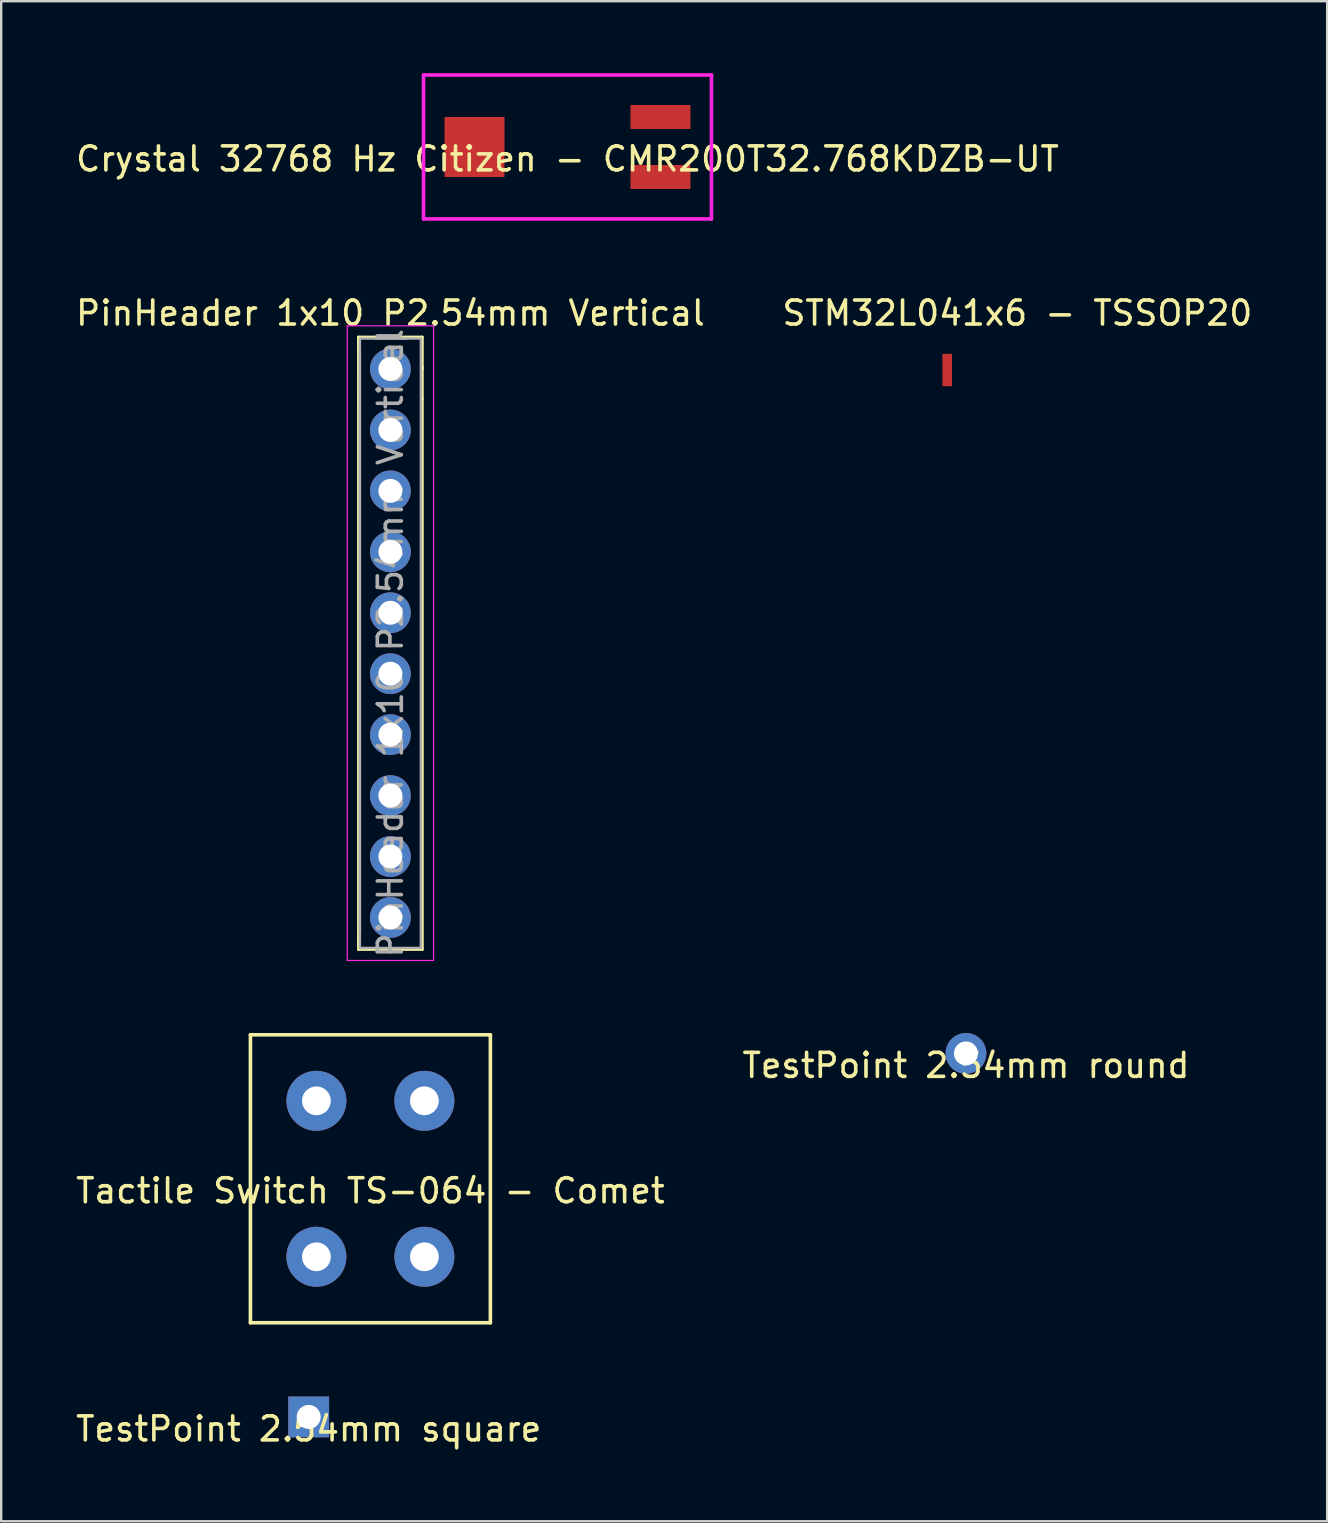
<source format=kicad_pcb>
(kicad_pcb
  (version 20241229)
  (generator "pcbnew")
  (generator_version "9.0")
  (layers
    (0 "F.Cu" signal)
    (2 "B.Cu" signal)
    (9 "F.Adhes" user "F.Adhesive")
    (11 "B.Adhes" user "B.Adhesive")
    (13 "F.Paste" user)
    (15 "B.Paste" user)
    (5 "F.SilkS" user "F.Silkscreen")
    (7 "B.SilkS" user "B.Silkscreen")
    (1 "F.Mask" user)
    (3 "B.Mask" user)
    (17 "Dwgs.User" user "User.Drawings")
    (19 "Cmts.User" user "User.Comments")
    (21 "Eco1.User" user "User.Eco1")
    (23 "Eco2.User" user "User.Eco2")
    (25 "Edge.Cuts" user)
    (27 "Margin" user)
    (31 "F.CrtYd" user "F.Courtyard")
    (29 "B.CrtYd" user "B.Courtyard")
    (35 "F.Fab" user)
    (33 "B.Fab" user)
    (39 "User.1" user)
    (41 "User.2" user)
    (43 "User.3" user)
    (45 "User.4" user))
  (footprint "STM32L041x6 - TSSOP20"
    (layer "F.Cu")
    (at 39.351 9.498)
    (property "Reference" "STM32L041x6 - TSSOP20" (at 0 0.5 0) (layer "F.SilkS") (effects (font (size 1 1) (thickness 0.15))))
    (attr through_hole)
    (pad "1" smd rect (at -2.925 2.875) (size 0.4 1.35) (layers "F.Cu" "F.Mask" "F.Paste")))
  (footprint "Crystal 32768 Hz Citizen - CMR200T32.768KDZB-UT"
    (layer "F.Cu")
    (at 20.601 3.075)
    (property "Reference" "Crystal 32768 Hz Citizen - CMR200T32.768KDZB-UT" (at 0 0.5 0) (layer "F.SilkS") (effects (font (size 1 1) (thickness 0.15))))
    (attr through_hole)
    (fp_line (start -5.825 2.8) (end -5.825 -2.775) (stroke (width 0.15) (type solid)) (layer "B.Paste"))
    (fp_line (start -5.8 -2.8) (end 5.775 -2.775) (stroke (width 0.15) (type solid)) (layer "B.Paste"))
    (fp_line (start 5.775 -2.775) (end 5.8 2.8) (stroke (width 0.15) (type solid)) (layer "B.Paste"))
    (fp_line (start 5.8 2.8) (end -5.825 2.8) (stroke (width 0.15) (type solid)) (layer "B.Paste"))
    (fp_line (start -6 -3) (end 6 -3) (stroke (width 0.15) (type solid)) (layer "F.CrtYd"))
    (fp_line (start -6 3) (end -6 -3) (stroke (width 0.15) (type solid)) (layer "F.CrtYd"))
    (fp_line (start 6 -3) (end 6 3) (stroke (width 0.15) (type solid)) (layer "F.CrtYd"))
    (fp_line (start 6 3) (end -6 3) (stroke (width 0.15) (type solid)) (layer "F.CrtYd"))
    (pad "1" smd rect (at 3.875 -1.25) (size 2.5 1) (layers "F.Cu" "F.Mask" "F.Paste"))
    (pad "2" smd rect (at -3.875 0) (size 2.5 2.5) (layers "F.Cu" "F.Mask" "F.Paste"))
    (pad "3" smd rect (at 3.875 1.25) (size 2.5 1) (layers "F.Cu" "F.Mask" "F.Paste")))
  (footprint "Tactile Switch TS-064 - Comet"
    (layer "F.Cu")
    (at 12.387 46.078)
    (property "Reference" "Tactile Switch TS-064 - Comet" (at 0 0.5 0) (layer "F.SilkS") (effects (font (size 1 1) (thickness 0.15))))
    (attr through_hole)
    (fp_line (start -5 -6) (end 5 -6) (stroke (width 0.15) (type solid)) (layer "F.SilkS"))
    (fp_line (start -5 6) (end -5 -6) (stroke (width 0.15) (type solid)) (layer "F.SilkS"))
    (fp_line (start 5 -6) (end 5 6) (stroke (width 0.15) (type solid)) (layer "F.SilkS"))
    (fp_line (start 5 6) (end -5 6) (stroke (width 0.15) (type solid)) (layer "F.SilkS"))
    (pad "1" thru_hole circle (at -2.25 -3.25) (size 2.5 2.5) (drill 1.2) (layers "*.Cu" "*.Mask"))
    (pad "1" thru_hole circle (at -2.25 3.25) (size 2.5 2.5) (drill 1.2) (layers "*.Cu" "*.Mask"))
    (pad "2" thru_hole circle (at 2.25 -3.25) (size 2.5 2.5) (drill 1.2) (layers "*.Cu" "*.Mask"))
    (pad "2" thru_hole circle (at 2.25 3.25) (size 2.5 2.5) (drill 1.2) (layers "*.Cu" "*.Mask")))
  (footprint "TestPoint 2.54mm round"
    (layer "F.Cu")
    (at 37.208 40.853)
    (property "Reference" "TestPoint 2.54mm round" (at 0 0.5 0) (layer "F.SilkS") (effects (font (size 1 1) (thickness 0.15))))
    (attr through_hole)
    (pad "1" thru_hole circle (at 0 0) (size 1.7 1.7) (drill 1) (layers "*.Cu" "*.Mask")))
  (footprint "PinHeader 1x10 P2.54mm Vertical"
    (layer "F.Cu")
    (at 13.22 12.328)
    (property "Reference" "PinHeader 1x10 P2.54mm Vertical" (at 0 -2.33 0) (layer "F.SilkS") (effects (font (size 1 1) (thickness 0.15))))
    (attr through_hole)
    (fp_line (start -1.33 -1.33) (end 0 -1.33) (stroke (width 0.12) (type solid)) (layer "F.SilkS"))
    (fp_line (start -1.33 0) (end -1.33 -1.33) (stroke (width 0.12) (type solid)) (layer "F.SilkS"))
    (fp_line (start -1.33 1.27) (end -1.33 24.19) (stroke (width 0.12) (type solid)) (layer "F.SilkS"))
    (fp_line (start -1.33 1.28) (end -1.33 -0.05) (stroke (width 0.12) (type solid)) (layer "F.SilkS"))
    (fp_line (start -1.33 24.19) (end 1.33 24.19) (stroke (width 0.12) (type solid)) (layer "F.SilkS"))
    (fp_line (start 0 -1.33) (end 1.33 -1.33) (stroke (width 0.12) (type solid)) (layer "F.SilkS"))
    (fp_line (start 1.33 0) (end 1.33 -1.33) (stroke (width 0.12) (type solid)) (layer "F.SilkS"))
    (fp_line (start 1.33 1.25) (end 1.33 -0.08) (stroke (width 0.12) (type solid)) (layer "F.SilkS"))
    (fp_line (start 1.33 1.27) (end 1.33 24.19) (stroke (width 0.12) (type solid)) (layer "F.SilkS"))
    (fp_line (start -1.8 -1.8) (end -1.8 24.65) (stroke (width 0.05) (type solid)) (layer "F.CrtYd"))
    (fp_line (start -1.8 24.65) (end 1.8 24.65) (stroke (width 0.05) (type solid)) (layer "F.CrtYd"))
    (fp_line (start 1.8 -1.8) (end -1.8 -1.8) (stroke (width 0.05) (type solid)) (layer "F.CrtYd"))
    (fp_line (start 1.8 24.65) (end 1.8 -1.8) (stroke (width 0.05) (type solid)) (layer "F.CrtYd"))
    (fp_line (start -1.27 23.5) (end -1.27 -1.265) (stroke (width 0.1) (type solid)) (layer "F.Fab"))
    (fp_line (start -1.27 24.13) (end -1.27 -0.635) (stroke (width 0.1) (type solid)) (layer "F.Fab"))
    (fp_line (start -1.22 -1.27) (end 0.685 -1.27) (stroke (width 0.1) (type solid)) (layer "F.Fab"))
    (fp_line (start -0.635 -1.27) (end 1.27 -1.27) (stroke (width 0.1) (type solid)) (layer "F.Fab"))
    (fp_line (start 1.27 -1.27) (end 1.27 24.13) (stroke (width 0.1) (type solid)) (layer "F.Fab"))
    (fp_line (start 1.27 24.13) (end -1.27 24.13) (stroke (width 0.1) (type solid)) (layer "F.Fab"))
    (fp_text user "${REFERENCE}" (at 0 11.43 90) (layer "F.Fab") (effects (font (size 1 1) (thickness 0.15))))
    (pad "1" thru_hole circle (at 0 0) (size 1.7 1.7) (drill 1) (layers "*.Cu" "*.Mask"))
    (pad "2" thru_hole oval (at 0 2.54) (size 1.7 1.7) (drill 1) (layers "*.Cu" "*.Mask"))
    (pad "3" thru_hole oval (at 0 5.08) (size 1.7 1.7) (drill 1) (layers "*.Cu" "*.Mask"))
    (pad "4" thru_hole oval (at 0 7.62) (size 1.7 1.7) (drill 1) (layers "*.Cu" "*.Mask"))
    (pad "5" thru_hole oval (at 0 10.16) (size 1.7 1.7) (drill 1) (layers "*.Cu" "*.Mask"))
    (pad "6" thru_hole oval (at 0 12.7) (size 1.7 1.7) (drill 1) (layers "*.Cu" "*.Mask"))
    (pad "7" thru_hole oval (at 0 15.24) (size 1.7 1.7) (drill 1) (layers "*.Cu" "*.Mask"))
    (pad "8" thru_hole oval (at 0 17.78) (size 1.7 1.7) (drill 1) (layers "*.Cu" "*.Mask"))
    (pad "9" thru_hole oval (at 0 20.32) (size 1.7 1.7) (drill 1) (layers "*.Cu" "*.Mask"))
    (pad "10" thru_hole oval (at 0 22.86) (size 1.7 1.7) (drill 1) (layers "*.Cu" "*.Mask")))
  (footprint "TestPoint 2.54mm square"
    (layer "F.Cu")
    (at 9.815 56.003)
    (property "Reference" "TestPoint 2.54mm square" (at 0 0.5 0) (layer "F.SilkS") (effects (font (size 1 1) (thickness 0.15))))
    (attr through_hole)
    (pad "1" thru_hole rect (at 0 0) (size 1.7 1.7) (drill 1) (layers "*.Cu" "*.Mask")))
  (gr_rect
    (start -3 -3)
    (end 52.262 60.352)
    (stroke (width 0.1) (type default))
    (fill no)
    (layer "Edge.Cuts")))
</source>
